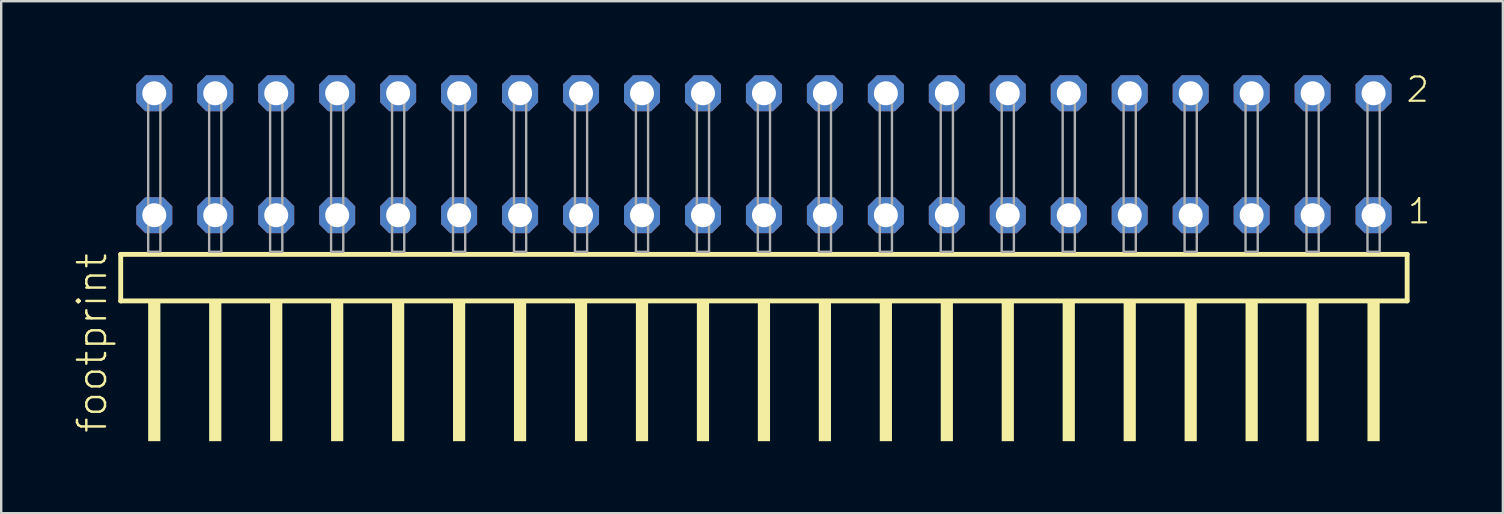
<source format=kicad_pcb>
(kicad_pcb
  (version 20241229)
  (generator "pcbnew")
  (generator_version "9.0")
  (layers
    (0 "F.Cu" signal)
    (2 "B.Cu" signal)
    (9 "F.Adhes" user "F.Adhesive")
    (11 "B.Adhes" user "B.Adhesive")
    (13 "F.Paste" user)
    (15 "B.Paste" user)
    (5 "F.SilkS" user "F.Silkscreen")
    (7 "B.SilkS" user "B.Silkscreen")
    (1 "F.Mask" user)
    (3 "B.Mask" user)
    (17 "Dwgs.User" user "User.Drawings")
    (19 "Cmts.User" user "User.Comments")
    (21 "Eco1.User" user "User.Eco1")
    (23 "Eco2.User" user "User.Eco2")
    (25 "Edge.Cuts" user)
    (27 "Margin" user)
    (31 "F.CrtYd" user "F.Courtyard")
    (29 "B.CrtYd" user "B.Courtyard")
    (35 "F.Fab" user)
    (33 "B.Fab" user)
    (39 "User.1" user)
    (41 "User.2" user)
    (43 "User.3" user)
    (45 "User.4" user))
  (footprint "footprint"
    (layer "F.Cu")
    (at 28.778 7.441)
    (property "Reference" "footprint" (at -27.305 7.62 90) (layer "F.SilkS") (effects (font (size 1.168 1.168) (thickness 0.102)) (justify left bottom)))
    (fp_line (start -26.799 0.106) (end -26.799 2.046) (stroke (width 0.203) (type solid)) (layer "F.SilkS"))
    (fp_line (start -26.799 2.046) (end 26.799 2.046) (stroke (width 0.203) (type solid)) (layer "F.SilkS"))
    (fp_line (start 26.799 0.106) (end -26.799 0.106) (stroke (width 0.203) (type solid)) (layer "F.SilkS"))
    (fp_line (start 26.799 2.046) (end 26.799 0.106) (stroke (width 0.203) (type solid)) (layer "F.SilkS"))
    (fp_poly (pts (xy -25.654 7.89) (xy -25.146 7.89) (xy -25.146 2.04) (xy -25.654 2.04)) (stroke (width 0) (type solid)) (fill yes) (layer "F.SilkS"))
    (fp_poly (pts (xy -23.114 7.89) (xy -22.606 7.89) (xy -22.606 2.04) (xy -23.114 2.04)) (stroke (width 0) (type solid)) (fill yes) (layer "F.SilkS"))
    (fp_poly (pts (xy -20.574 7.89) (xy -20.066 7.89) (xy -20.066 2.04) (xy -20.574 2.04)) (stroke (width 0) (type solid)) (fill yes) (layer "F.SilkS"))
    (fp_poly (pts (xy -18.034 7.89) (xy -17.526 7.89) (xy -17.526 2.04) (xy -18.034 2.04)) (stroke (width 0) (type solid)) (fill yes) (layer "F.SilkS"))
    (fp_poly (pts (xy -15.494 7.89) (xy -14.986 7.89) (xy -14.986 2.04) (xy -15.494 2.04)) (stroke (width 0) (type solid)) (fill yes) (layer "F.SilkS"))
    (fp_poly (pts (xy -12.954 7.89) (xy -12.446 7.89) (xy -12.446 2.04) (xy -12.954 2.04)) (stroke (width 0) (type solid)) (fill yes) (layer "F.SilkS"))
    (fp_poly (pts (xy -10.414 7.89) (xy -9.906 7.89) (xy -9.906 2.04) (xy -10.414 2.04)) (stroke (width 0) (type solid)) (fill yes) (layer "F.SilkS"))
    (fp_poly (pts (xy -7.874 7.89) (xy -7.366 7.89) (xy -7.366 2.04) (xy -7.874 2.04)) (stroke (width 0) (type solid)) (fill yes) (layer "F.SilkS"))
    (fp_poly (pts (xy -5.334 7.89) (xy -4.826 7.89) (xy -4.826 2.04) (xy -5.334 2.04)) (stroke (width 0) (type solid)) (fill yes) (layer "F.SilkS"))
    (fp_poly (pts (xy -2.794 7.89) (xy -2.286 7.89) (xy -2.286 2.04) (xy -2.794 2.04)) (stroke (width 0) (type solid)) (fill yes) (layer "F.SilkS"))
    (fp_poly (pts (xy -0.254 7.89) (xy 0.254 7.89) (xy 0.254 2.04) (xy -0.254 2.04)) (stroke (width 0) (type solid)) (fill yes) (layer "F.SilkS"))
    (fp_poly (pts (xy 2.286 7.89) (xy 2.794 7.89) (xy 2.794 2.04) (xy 2.286 2.04)) (stroke (width 0) (type solid)) (fill yes) (layer "F.SilkS"))
    (fp_poly (pts (xy 4.826 7.89) (xy 5.334 7.89) (xy 5.334 2.04) (xy 4.826 2.04)) (stroke (width 0) (type solid)) (fill yes) (layer "F.SilkS"))
    (fp_poly (pts (xy 7.366 7.89) (xy 7.874 7.89) (xy 7.874 2.04) (xy 7.366 2.04)) (stroke (width 0) (type solid)) (fill yes) (layer "F.SilkS"))
    (fp_poly (pts (xy 9.906 7.89) (xy 10.414 7.89) (xy 10.414 2.04) (xy 9.906 2.04)) (stroke (width 0) (type solid)) (fill yes) (layer "F.SilkS"))
    (fp_poly (pts (xy 12.446 7.89) (xy 12.954 7.89) (xy 12.954 2.04) (xy 12.446 2.04)) (stroke (width 0) (type solid)) (fill yes) (layer "F.SilkS"))
    (fp_poly (pts (xy 14.986 7.89) (xy 15.494 7.89) (xy 15.494 2.04) (xy 14.986 2.04)) (stroke (width 0) (type solid)) (fill yes) (layer "F.SilkS"))
    (fp_poly (pts (xy 17.526 7.89) (xy 18.034 7.89) (xy 18.034 2.04) (xy 17.526 2.04)) (stroke (width 0) (type solid)) (fill yes) (layer "F.SilkS"))
    (fp_poly (pts (xy 20.066 7.89) (xy 20.574 7.89) (xy 20.574 2.04) (xy 20.066 2.04)) (stroke (width 0) (type solid)) (fill yes) (layer "F.SilkS"))
    (fp_poly (pts (xy 22.606 7.89) (xy 23.114 7.89) (xy 23.114 2.04) (xy 22.606 2.04)) (stroke (width 0) (type solid)) (fill yes) (layer "F.SilkS"))
    (fp_poly (pts (xy 25.146 7.89) (xy 25.654 7.89) (xy 25.654 2.04) (xy 25.146 2.04)) (stroke (width 0) (type solid)) (fill yes) (layer "F.SilkS"))
    (fp_poly (pts (xy -25.654 0) (xy -25.146 0) (xy -25.146 -6.858) (xy -25.654 -6.858)) (stroke (width 0.1) (type solid)) (fill no) (layer "F.Fab"))
    (fp_poly (pts (xy -23.114 0) (xy -22.606 0) (xy -22.606 -6.858) (xy -23.114 -6.858)) (stroke (width 0.1) (type solid)) (fill no) (layer "F.Fab"))
    (fp_poly (pts (xy -20.574 0) (xy -20.066 0) (xy -20.066 -6.858) (xy -20.574 -6.858)) (stroke (width 0.1) (type solid)) (fill no) (layer "F.Fab"))
    (fp_poly (pts (xy -18.034 0) (xy -17.526 0) (xy -17.526 -6.858) (xy -18.034 -6.858)) (stroke (width 0.1) (type solid)) (fill no) (layer "F.Fab"))
    (fp_poly (pts (xy -15.494 0) (xy -14.986 0) (xy -14.986 -6.858) (xy -15.494 -6.858)) (stroke (width 0.1) (type solid)) (fill no) (layer "F.Fab"))
    (fp_poly (pts (xy -12.954 0) (xy -12.446 0) (xy -12.446 -6.858) (xy -12.954 -6.858)) (stroke (width 0.1) (type solid)) (fill no) (layer "F.Fab"))
    (fp_poly (pts (xy -10.414 0) (xy -9.906 0) (xy -9.906 -6.858) (xy -10.414 -6.858)) (stroke (width 0.1) (type solid)) (fill no) (layer "F.Fab"))
    (fp_poly (pts (xy -7.874 0) (xy -7.366 0) (xy -7.366 -6.858) (xy -7.874 -6.858)) (stroke (width 0.1) (type solid)) (fill no) (layer "F.Fab"))
    (fp_poly (pts (xy -5.334 0) (xy -4.826 0) (xy -4.826 -6.858) (xy -5.334 -6.858)) (stroke (width 0.1) (type solid)) (fill no) (layer "F.Fab"))
    (fp_poly (pts (xy -2.794 0) (xy -2.286 0) (xy -2.286 -6.858) (xy -2.794 -6.858)) (stroke (width 0.1) (type solid)) (fill no) (layer "F.Fab"))
    (fp_poly (pts (xy -0.254 0) (xy 0.254 0) (xy 0.254 -6.858) (xy -0.254 -6.858)) (stroke (width 0.1) (type solid)) (fill no) (layer "F.Fab"))
    (fp_poly (pts (xy 2.286 0) (xy 2.794 0) (xy 2.794 -6.858) (xy 2.286 -6.858)) (stroke (width 0.1) (type solid)) (fill no) (layer "F.Fab"))
    (fp_poly (pts (xy 4.826 0) (xy 5.334 0) (xy 5.334 -6.858) (xy 4.826 -6.858)) (stroke (width 0.1) (type solid)) (fill no) (layer "F.Fab"))
    (fp_poly (pts (xy 7.366 0) (xy 7.874 0) (xy 7.874 -6.858) (xy 7.366 -6.858)) (stroke (width 0.1) (type solid)) (fill no) (layer "F.Fab"))
    (fp_poly (pts (xy 9.906 0) (xy 10.414 0) (xy 10.414 -6.858) (xy 9.906 -6.858)) (stroke (width 0.1) (type solid)) (fill no) (layer "F.Fab"))
    (fp_poly (pts (xy 12.446 0) (xy 12.954 0) (xy 12.954 -6.858) (xy 12.446 -6.858)) (stroke (width 0.1) (type solid)) (fill no) (layer "F.Fab"))
    (fp_poly (pts (xy 14.986 0) (xy 15.494 0) (xy 15.494 -6.858) (xy 14.986 -6.858)) (stroke (width 0.1) (type solid)) (fill no) (layer "F.Fab"))
    (fp_poly (pts (xy 17.526 0) (xy 18.034 0) (xy 18.034 -6.858) (xy 17.526 -6.858)) (stroke (width 0.1) (type solid)) (fill no) (layer "F.Fab"))
    (fp_poly (pts (xy 20.066 0) (xy 20.574 0) (xy 20.574 -6.858) (xy 20.066 -6.858)) (stroke (width 0.1) (type solid)) (fill no) (layer "F.Fab"))
    (fp_poly (pts (xy 22.606 0) (xy 23.114 0) (xy 23.114 -6.858) (xy 22.606 -6.858)) (stroke (width 0.1) (type solid)) (fill no) (layer "F.Fab"))
    (fp_poly (pts (xy 25.146 0) (xy 25.654 0) (xy 25.654 -6.858) (xy 25.146 -6.858)) (stroke (width 0.1) (type solid)) (fill no) (layer "F.Fab"))
    (fp_text user "1" (at 26.76 -1.1 0) (layer "F.SilkS") (effects (font (size 1.012 1.012) (thickness 0.088)) (justify left bottom)))
    (fp_text user "2" (at 26.7 -6.165 0) (layer "F.SilkS") (effects (font (size 1.012 1.012) (thickness 0.088)) (justify left bottom)))
    (pad "1" thru_hole roundrect (at 25.4 -1.524 180) (size 1.5 1.5) (drill 1) (layers "*.Cu" "*.Mask") (roundrect_rratio 0.25) (chamfer_ratio 0.25) (chamfer top_left top_right bottom_left bottom_right))
    (pad "2" thru_hole roundrect (at 25.4 -6.604 180) (size 1.5 1.5) (drill 1) (layers "*.Cu" "*.Mask") (roundrect_rratio 0.25) (chamfer_ratio 0.25) (chamfer top_left top_right bottom_left bottom_right))
    (pad "3" thru_hole roundrect (at 22.86 -1.524 180) (size 1.5 1.5) (drill 1) (layers "*.Cu" "*.Mask") (roundrect_rratio 0.25) (chamfer_ratio 0.25) (chamfer top_left top_right bottom_left bottom_right))
    (pad "4" thru_hole roundrect (at 22.86 -6.604 180) (size 1.5 1.5) (drill 1) (layers "*.Cu" "*.Mask") (roundrect_rratio 0.25) (chamfer_ratio 0.25) (chamfer top_left top_right bottom_left bottom_right))
    (pad "5" thru_hole roundrect (at 20.32 -1.524 180) (size 1.5 1.5) (drill 1) (layers "*.Cu" "*.Mask") (roundrect_rratio 0.25) (chamfer_ratio 0.25) (chamfer top_left top_right bottom_left bottom_right))
    (pad "6" thru_hole roundrect (at 20.32 -6.604 180) (size 1.5 1.5) (drill 1) (layers "*.Cu" "*.Mask") (roundrect_rratio 0.25) (chamfer_ratio 0.25) (chamfer top_left top_right bottom_left bottom_right))
    (pad "7" thru_hole roundrect (at 17.78 -1.524 180) (size 1.5 1.5) (drill 1) (layers "*.Cu" "*.Mask") (roundrect_rratio 0.25) (chamfer_ratio 0.25) (chamfer top_left top_right bottom_left bottom_right))
    (pad "8" thru_hole roundrect (at 17.78 -6.604 180) (size 1.5 1.5) (drill 1) (layers "*.Cu" "*.Mask") (roundrect_rratio 0.25) (chamfer_ratio 0.25) (chamfer top_left top_right bottom_left bottom_right))
    (pad "9" thru_hole roundrect (at 15.24 -1.524 180) (size 1.5 1.5) (drill 1) (layers "*.Cu" "*.Mask") (roundrect_rratio 0.25) (chamfer_ratio 0.25) (chamfer top_left top_right bottom_left bottom_right))
    (pad "10" thru_hole roundrect (at 15.24 -6.604 180) (size 1.5 1.5) (drill 1) (layers "*.Cu" "*.Mask") (roundrect_rratio 0.25) (chamfer_ratio 0.25) (chamfer top_left top_right bottom_left bottom_right))
    (pad "11" thru_hole roundrect (at 12.7 -1.524 180) (size 1.5 1.5) (drill 1) (layers "*.Cu" "*.Mask") (roundrect_rratio 0.25) (chamfer_ratio 0.25) (chamfer top_left top_right bottom_left bottom_right))
    (pad "12" thru_hole roundrect (at 12.7 -6.604 180) (size 1.5 1.5) (drill 1) (layers "*.Cu" "*.Mask") (roundrect_rratio 0.25) (chamfer_ratio 0.25) (chamfer top_left top_right bottom_left bottom_right))
    (pad "13" thru_hole roundrect (at 10.16 -1.524 180) (size 1.5 1.5) (drill 1) (layers "*.Cu" "*.Mask") (roundrect_rratio 0.25) (chamfer_ratio 0.25) (chamfer top_left top_right bottom_left bottom_right))
    (pad "14" thru_hole roundrect (at 10.16 -6.604 180) (size 1.5 1.5) (drill 1) (layers "*.Cu" "*.Mask") (roundrect_rratio 0.25) (chamfer_ratio 0.25) (chamfer top_left top_right bottom_left bottom_right))
    (pad "15" thru_hole roundrect (at 7.62 -1.524 180) (size 1.5 1.5) (drill 1) (layers "*.Cu" "*.Mask") (roundrect_rratio 0.25) (chamfer_ratio 0.25) (chamfer top_left top_right bottom_left bottom_right))
    (pad "16" thru_hole roundrect (at 7.62 -6.604 180) (size 1.5 1.5) (drill 1) (layers "*.Cu" "*.Mask") (roundrect_rratio 0.25) (chamfer_ratio 0.25) (chamfer top_left top_right bottom_left bottom_right))
    (pad "17" thru_hole roundrect (at 5.08 -1.524 180) (size 1.5 1.5) (drill 1) (layers "*.Cu" "*.Mask") (roundrect_rratio 0.25) (chamfer_ratio 0.25) (chamfer top_left top_right bottom_left bottom_right))
    (pad "18" thru_hole roundrect (at 5.08 -6.604 180) (size 1.5 1.5) (drill 1) (layers "*.Cu" "*.Mask") (roundrect_rratio 0.25) (chamfer_ratio 0.25) (chamfer top_left top_right bottom_left bottom_right))
    (pad "19" thru_hole roundrect (at 2.54 -1.524 180) (size 1.5 1.5) (drill 1) (layers "*.Cu" "*.Mask") (roundrect_rratio 0.25) (chamfer_ratio 0.25) (chamfer top_left top_right bottom_left bottom_right))
    (pad "20" thru_hole roundrect (at 2.54 -6.604 180) (size 1.5 1.5) (drill 1) (layers "*.Cu" "*.Mask") (roundrect_rratio 0.25) (chamfer_ratio 0.25) (chamfer top_left top_right bottom_left bottom_right))
    (pad "21" thru_hole roundrect (at 0 -1.524 180) (size 1.5 1.5) (drill 1) (layers "*.Cu" "*.Mask") (roundrect_rratio 0.25) (chamfer_ratio 0.25) (chamfer top_left top_right bottom_left bottom_right))
    (pad "22" thru_hole roundrect (at 0 -6.604 180) (size 1.5 1.5) (drill 1) (layers "*.Cu" "*.Mask") (roundrect_rratio 0.25) (chamfer_ratio 0.25) (chamfer top_left top_right bottom_left bottom_right))
    (pad "23" thru_hole roundrect (at -2.54 -1.524 180) (size 1.5 1.5) (drill 1) (layers "*.Cu" "*.Mask") (roundrect_rratio 0.25) (chamfer_ratio 0.25) (chamfer top_left top_right bottom_left bottom_right))
    (pad "24" thru_hole roundrect (at -2.54 -6.604 180) (size 1.5 1.5) (drill 1) (layers "*.Cu" "*.Mask") (roundrect_rratio 0.25) (chamfer_ratio 0.25) (chamfer top_left top_right bottom_left bottom_right))
    (pad "25" thru_hole roundrect (at -5.08 -1.524 180) (size 1.5 1.5) (drill 1) (layers "*.Cu" "*.Mask") (roundrect_rratio 0.25) (chamfer_ratio 0.25) (chamfer top_left top_right bottom_left bottom_right))
    (pad "26" thru_hole roundrect (at -5.08 -6.604 180) (size 1.5 1.5) (drill 1) (layers "*.Cu" "*.Mask") (roundrect_rratio 0.25) (chamfer_ratio 0.25) (chamfer top_left top_right bottom_left bottom_right))
    (pad "27" thru_hole roundrect (at -7.62 -1.524 180) (size 1.5 1.5) (drill 1) (layers "*.Cu" "*.Mask") (roundrect_rratio 0.25) (chamfer_ratio 0.25) (chamfer top_left top_right bottom_left bottom_right))
    (pad "28" thru_hole roundrect (at -7.62 -6.604 180) (size 1.5 1.5) (drill 1) (layers "*.Cu" "*.Mask") (roundrect_rratio 0.25) (chamfer_ratio 0.25) (chamfer top_left top_right bottom_left bottom_right))
    (pad "29" thru_hole roundrect (at -10.16 -1.524 180) (size 1.5 1.5) (drill 1) (layers "*.Cu" "*.Mask") (roundrect_rratio 0.25) (chamfer_ratio 0.25) (chamfer top_left top_right bottom_left bottom_right))
    (pad "30" thru_hole roundrect (at -10.16 -6.604 180) (size 1.5 1.5) (drill 1) (layers "*.Cu" "*.Mask") (roundrect_rratio 0.25) (chamfer_ratio 0.25) (chamfer top_left top_right bottom_left bottom_right))
    (pad "31" thru_hole roundrect (at -12.7 -1.524 180) (size 1.5 1.5) (drill 1) (layers "*.Cu" "*.Mask") (roundrect_rratio 0.25) (chamfer_ratio 0.25) (chamfer top_left top_right bottom_left bottom_right))
    (pad "32" thru_hole roundrect (at -12.7 -6.604 180) (size 1.5 1.5) (drill 1) (layers "*.Cu" "*.Mask") (roundrect_rratio 0.25) (chamfer_ratio 0.25) (chamfer top_left top_right bottom_left bottom_right))
    (pad "33" thru_hole roundrect (at -15.24 -1.524 180) (size 1.5 1.5) (drill 1) (layers "*.Cu" "*.Mask") (roundrect_rratio 0.25) (chamfer_ratio 0.25) (chamfer top_left top_right bottom_left bottom_right))
    (pad "34" thru_hole roundrect (at -15.24 -6.604 180) (size 1.5 1.5) (drill 1) (layers "*.Cu" "*.Mask") (roundrect_rratio 0.25) (chamfer_ratio 0.25) (chamfer top_left top_right bottom_left bottom_right))
    (pad "35" thru_hole roundrect (at -17.78 -1.524 180) (size 1.5 1.5) (drill 1) (layers "*.Cu" "*.Mask") (roundrect_rratio 0.25) (chamfer_ratio 0.25) (chamfer top_left top_right bottom_left bottom_right))
    (pad "36" thru_hole roundrect (at -17.78 -6.604 180) (size 1.5 1.5) (drill 1) (layers "*.Cu" "*.Mask") (roundrect_rratio 0.25) (chamfer_ratio 0.25) (chamfer top_left top_right bottom_left bottom_right))
    (pad "37" thru_hole roundrect (at -20.32 -1.524 180) (size 1.5 1.5) (drill 1) (layers "*.Cu" "*.Mask") (roundrect_rratio 0.25) (chamfer_ratio 0.25) (chamfer top_left top_right bottom_left bottom_right))
    (pad "38" thru_hole roundrect (at -20.32 -6.604 180) (size 1.5 1.5) (drill 1) (layers "*.Cu" "*.Mask") (roundrect_rratio 0.25) (chamfer_ratio 0.25) (chamfer top_left top_right bottom_left bottom_right))
    (pad "39" thru_hole roundrect (at -22.86 -1.524 180) (size 1.5 1.5) (drill 1) (layers "*.Cu" "*.Mask") (roundrect_rratio 0.25) (chamfer_ratio 0.25) (chamfer top_left top_right bottom_left bottom_right))
    (pad "40" thru_hole roundrect (at -22.86 -6.604 180) (size 1.5 1.5) (drill 1) (layers "*.Cu" "*.Mask") (roundrect_rratio 0.25) (chamfer_ratio 0.25) (chamfer top_left top_right bottom_left bottom_right))
    (pad "41" thru_hole roundrect (at -25.4 -1.524 180) (size 1.5 1.5) (drill 1) (layers "*.Cu" "*.Mask") (roundrect_rratio 0.25) (chamfer_ratio 0.25) (chamfer top_left top_right bottom_left bottom_right))
    (pad "42" thru_hole roundrect (at -25.4 -6.604 180) (size 1.5 1.5) (drill 1) (layers "*.Cu" "*.Mask") (roundrect_rratio 0.25) (chamfer_ratio 0.25) (chamfer top_left top_right bottom_left bottom_right)))
  (gr_rect
    (start -3 -3)
    (end 59.564 18.331)
    (stroke (width 0.1) (type default))
    (fill no)
    (layer "Edge.Cuts")))
</source>
